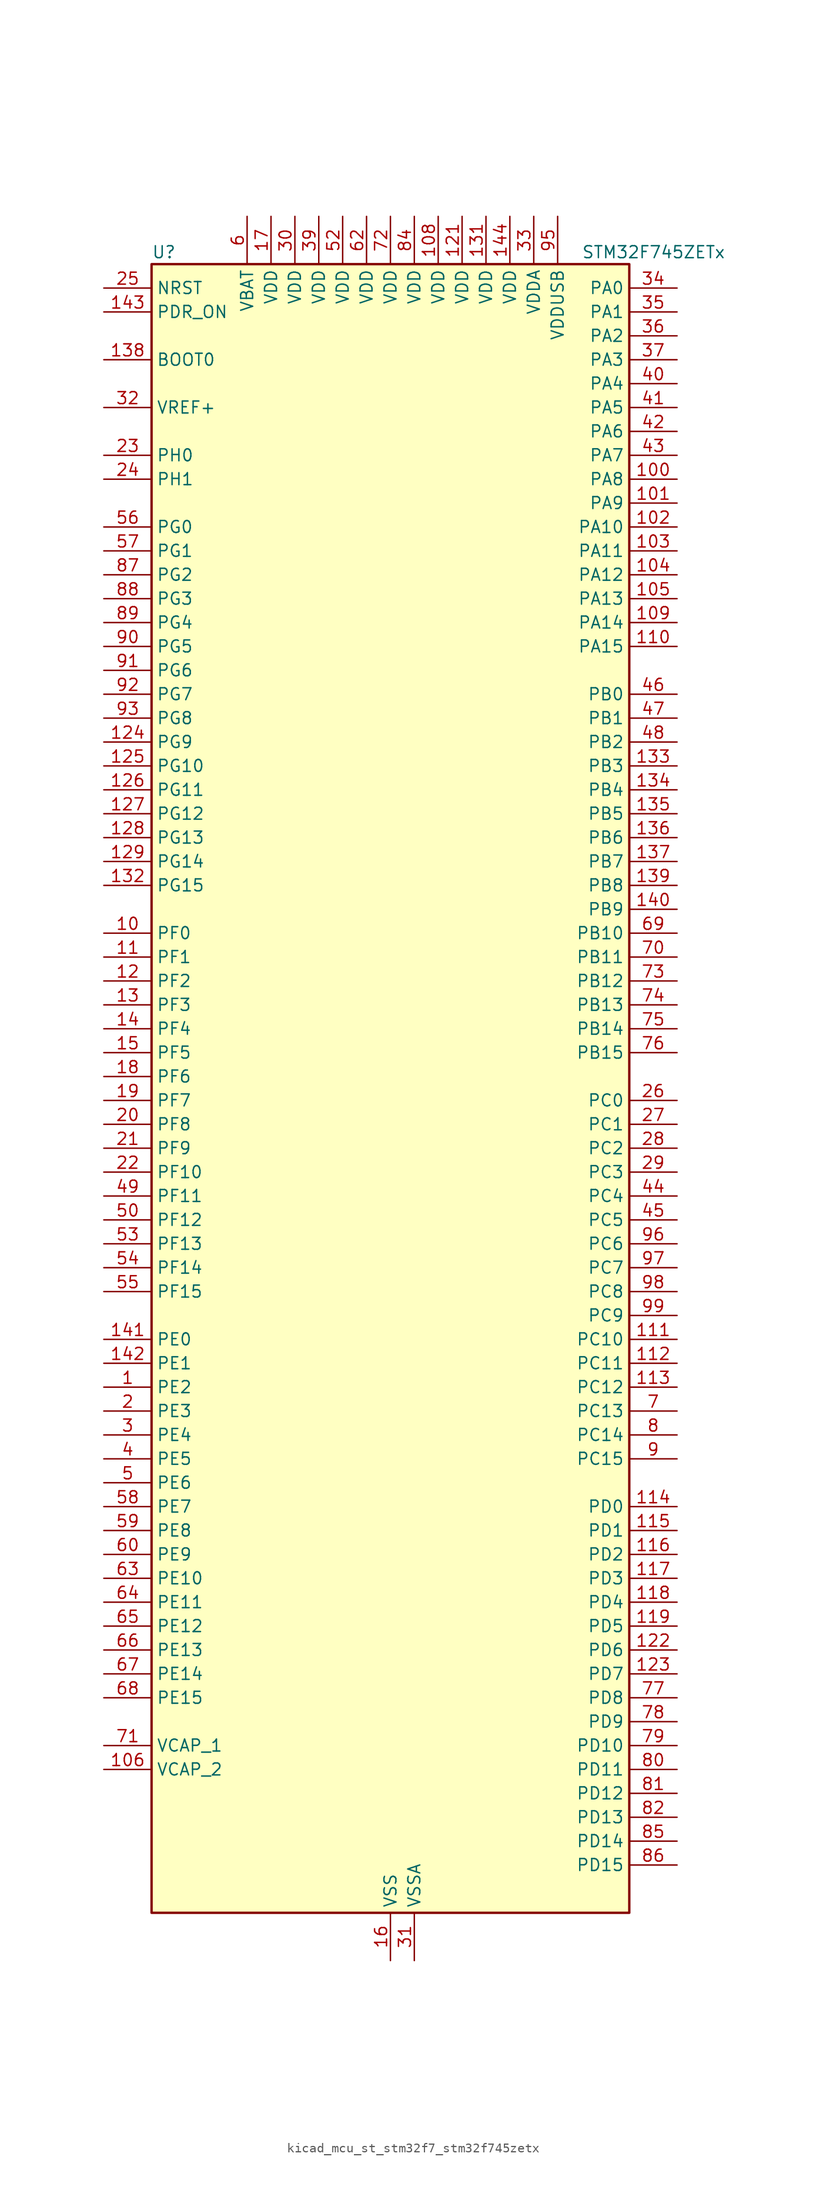
<source format=kicad_sym>
(kicad_symbol_lib
  (version 20220914)
  (generator kicad_symbol_editor)
  (symbol "kicad_mcu_st_stm32f7_stm32f745zetx"
    (property "Reference" "U"
      (at -25.4 90.17 0)
      (effects (font (size 1.27 1.27)) (justify left)))
    (property "Value" "STM32F745ZETx"
      (at 20.32 90.17 0)
      (effects (font (size 1.27 1.27)) (justify left)))
    (property "ki_locked" ""
      (at 0 0 0)
      (effects (font (size 1.27 1.27))))
    (symbol "kicad_mcu_st_stm32f7_stm32f745zetx_0_1"
      (rectangle (start -25.4 -86.36) (end 25.4 88.9) (stroke (width 0.254) (type default)) (fill (type background))))
    (symbol "kicad_mcu_st_stm32f7_stm32f745zetx_1_1"
      (pin bidirectional line (at -30.48 -30.48 0) (length 5.08) (name "PE2" (effects (font (size 1.27 1.27)))) (number "1" (effects (font (size 1.27 1.27)))) (alternate "ETH_TXD3" bidirectional line) (alternate "FMC_A23" bidirectional line) (alternate "QUADSPI_BK1_IO2" bidirectional line) (alternate "SAI1_MCLK_A" bidirectional line) (alternate "SPI4_SCK" bidirectional line) (alternate "SYS_TRACECLK" bidirectional line))
      (pin bidirectional line (at -30.48 17.78 0) (length 5.08) (name "PF0" (effects (font (size 1.27 1.27)))) (number "10" (effects (font (size 1.27 1.27)))) (alternate "FMC_A0" bidirectional line) (alternate "I2C2_SDA" bidirectional line))
      (pin bidirectional line (at 30.48 66.04 180) (length 5.08) (name "PA8" (effects (font (size 1.27 1.27)))) (number "100" (effects (font (size 1.27 1.27)))) (alternate "I2C3_SCL" bidirectional line) (alternate "RCC_MCO_1" bidirectional line) (alternate "TIM1_CH1" bidirectional line) (alternate "TIM8_BKIN2" bidirectional line) (alternate "USART1_CK" bidirectional line) (alternate "USB_OTG_FS_SOF" bidirectional line))
      (pin bidirectional line (at 30.48 63.5 180) (length 5.08) (name "PA9" (effects (font (size 1.27 1.27)))) (number "101" (effects (font (size 1.27 1.27)))) (alternate "DAC_EXTI9" bidirectional line) (alternate "DCMI_D0" bidirectional line) (alternate "I2C3_SMBA" bidirectional line) (alternate "I2S2_CK" bidirectional line) (alternate "SPI2_SCK" bidirectional line) (alternate "TIM1_CH2" bidirectional line) (alternate "USART1_TX" bidirectional line) (alternate "USB_OTG_FS_VBUS" bidirectional line))
      (pin bidirectional line (at 30.48 60.96 180) (length 5.08) (name "PA10" (effects (font (size 1.27 1.27)))) (number "102" (effects (font (size 1.27 1.27)))) (alternate "DCMI_D1" bidirectional line) (alternate "TIM1_CH3" bidirectional line) (alternate "USART1_RX" bidirectional line) (alternate "USB_OTG_FS_ID" bidirectional line))
      (pin bidirectional line (at 30.48 58.42 180) (length 5.08) (name "PA11" (effects (font (size 1.27 1.27)))) (number "103" (effects (font (size 1.27 1.27)))) (alternate "ADC1_EXTI11" bidirectional line) (alternate "ADC2_EXTI11" bidirectional line) (alternate "ADC3_EXTI11" bidirectional line) (alternate "CAN1_RX" bidirectional line) (alternate "TIM1_CH4" bidirectional line) (alternate "USART1_CTS" bidirectional line) (alternate "USB_OTG_FS_DM" bidirectional line))
      (pin bidirectional line (at 30.48 55.88 180) (length 5.08) (name "PA12" (effects (font (size 1.27 1.27)))) (number "104" (effects (font (size 1.27 1.27)))) (alternate "CAN1_TX" bidirectional line) (alternate "SAI2_FS_B" bidirectional line) (alternate "TIM1_ETR" bidirectional line) (alternate "USART1_DE" bidirectional line) (alternate "USART1_RTS" bidirectional line) (alternate "USB_OTG_FS_DP" bidirectional line))
      (pin bidirectional line (at 30.48 53.34 180) (length 5.08) (name "PA13" (effects (font (size 1.27 1.27)))) (number "105" (effects (font (size 1.27 1.27)))) (alternate "SYS_JTMS-SWDIO" bidirectional line))
      (pin power_out line (at -30.48 -71.12 0) (length 5.08) (name "VCAP_2" (effects (font (size 1.27 1.27)))) (number "106" (effects (font (size 1.27 1.27)))))
      (pin passive line (at 0 -91.44 90) (length 5.08) hide (name "VSS" (effects (font (size 1.27 1.27)))) (number "107" (effects (font (size 1.27 1.27)))))
      (pin power_in line (at 5.08 93.98 270) (length 5.08) (name "VDD" (effects (font (size 1.27 1.27)))) (number "108" (effects (font (size 1.27 1.27)))))
      (pin bidirectional line (at 30.48 50.8 180) (length 5.08) (name "PA14" (effects (font (size 1.27 1.27)))) (number "109" (effects (font (size 1.27 1.27)))) (alternate "SYS_JTCK-SWCLK" bidirectional line))
      (pin bidirectional line (at -30.48 15.24 0) (length 5.08) (name "PF1" (effects (font (size 1.27 1.27)))) (number "11" (effects (font (size 1.27 1.27)))) (alternate "FMC_A1" bidirectional line) (alternate "I2C2_SCL" bidirectional line))
      (pin bidirectional line (at 30.48 48.26 180) (length 5.08) (name "PA15" (effects (font (size 1.27 1.27)))) (number "110" (effects (font (size 1.27 1.27)))) (alternate "CEC" bidirectional line) (alternate "I2S1_WS" bidirectional line) (alternate "I2S3_WS" bidirectional line) (alternate "SPI1_NSS" bidirectional line) (alternate "SPI3_NSS" bidirectional line) (alternate "SYS_JTDI" bidirectional line) (alternate "TIM2_CH1" bidirectional line) (alternate "TIM2_ETR" bidirectional line) (alternate "UART4_DE" bidirectional line) (alternate "UART4_RTS" bidirectional line))
      (pin bidirectional line (at 30.48 -25.4 180) (length 5.08) (name "PC10" (effects (font (size 1.27 1.27)))) (number "111" (effects (font (size 1.27 1.27)))) (alternate "DCMI_D8" bidirectional line) (alternate "I2S3_CK" bidirectional line) (alternate "QUADSPI_BK1_IO1" bidirectional line) (alternate "SDMMC1_D2" bidirectional line) (alternate "SPI3_SCK" bidirectional line) (alternate "UART4_TX" bidirectional line) (alternate "USART3_TX" bidirectional line))
      (pin bidirectional line (at 30.48 -27.94 180) (length 5.08) (name "PC11" (effects (font (size 1.27 1.27)))) (number "112" (effects (font (size 1.27 1.27)))) (alternate "ADC1_EXTI11" bidirectional line) (alternate "ADC2_EXTI11" bidirectional line) (alternate "ADC3_EXTI11" bidirectional line) (alternate "DCMI_D4" bidirectional line) (alternate "QUADSPI_BK2_NCS" bidirectional line) (alternate "SDMMC1_D3" bidirectional line) (alternate "SPI3_MISO" bidirectional line) (alternate "UART4_RX" bidirectional line) (alternate "USART3_RX" bidirectional line))
      (pin bidirectional line (at 30.48 -30.48 180) (length 5.08) (name "PC12" (effects (font (size 1.27 1.27)))) (number "113" (effects (font (size 1.27 1.27)))) (alternate "DCMI_D9" bidirectional line) (alternate "I2S3_SD" bidirectional line) (alternate "SDMMC1_CK" bidirectional line) (alternate "SPI3_MOSI" bidirectional line) (alternate "SYS_TRACED3" bidirectional line) (alternate "UART5_TX" bidirectional line) (alternate "USART3_CK" bidirectional line))
      (pin bidirectional line (at 30.48 -43.18 180) (length 5.08) (name "PD0" (effects (font (size 1.27 1.27)))) (number "114" (effects (font (size 1.27 1.27)))) (alternate "CAN1_RX" bidirectional line) (alternate "FMC_D2" bidirectional line) (alternate "FMC_DA2" bidirectional line))
      (pin bidirectional line (at 30.48 -45.72 180) (length 5.08) (name "PD1" (effects (font (size 1.27 1.27)))) (number "115" (effects (font (size 1.27 1.27)))) (alternate "CAN1_TX" bidirectional line) (alternate "FMC_D3" bidirectional line) (alternate "FMC_DA3" bidirectional line))
      (pin bidirectional line (at 30.48 -48.26 180) (length 5.08) (name "PD2" (effects (font (size 1.27 1.27)))) (number "116" (effects (font (size 1.27 1.27)))) (alternate "DCMI_D11" bidirectional line) (alternate "SDMMC1_CMD" bidirectional line) (alternate "SYS_TRACED2" bidirectional line) (alternate "TIM3_ETR" bidirectional line) (alternate "UART5_RX" bidirectional line))
      (pin bidirectional line (at 30.48 -50.8 180) (length 5.08) (name "PD3" (effects (font (size 1.27 1.27)))) (number "117" (effects (font (size 1.27 1.27)))) (alternate "DCMI_D5" bidirectional line) (alternate "FMC_CLK" bidirectional line) (alternate "I2S2_CK" bidirectional line) (alternate "SPI2_SCK" bidirectional line) (alternate "USART2_CTS" bidirectional line))
      (pin bidirectional line (at 30.48 -53.34 180) (length 5.08) (name "PD4" (effects (font (size 1.27 1.27)))) (number "118" (effects (font (size 1.27 1.27)))) (alternate "FMC_NOE" bidirectional line) (alternate "USART2_DE" bidirectional line) (alternate "USART2_RTS" bidirectional line))
      (pin bidirectional line (at 30.48 -55.88 180) (length 5.08) (name "PD5" (effects (font (size 1.27 1.27)))) (number "119" (effects (font (size 1.27 1.27)))) (alternate "FMC_NWE" bidirectional line) (alternate "USART2_TX" bidirectional line))
      (pin bidirectional line (at -30.48 12.7 0) (length 5.08) (name "PF2" (effects (font (size 1.27 1.27)))) (number "12" (effects (font (size 1.27 1.27)))) (alternate "FMC_A2" bidirectional line) (alternate "I2C2_SMBA" bidirectional line))
      (pin passive line (at 0 -91.44 90) (length 5.08) hide (name "VSS" (effects (font (size 1.27 1.27)))) (number "120" (effects (font (size 1.27 1.27)))))
      (pin power_in line (at 7.62 93.98 270) (length 5.08) (name "VDD" (effects (font (size 1.27 1.27)))) (number "121" (effects (font (size 1.27 1.27)))))
      (pin bidirectional line (at 30.48 -58.42 180) (length 5.08) (name "PD6" (effects (font (size 1.27 1.27)))) (number "122" (effects (font (size 1.27 1.27)))) (alternate "DCMI_D10" bidirectional line) (alternate "FMC_NWAIT" bidirectional line) (alternate "I2S3_SD" bidirectional line) (alternate "SAI1_SD_A" bidirectional line) (alternate "SPI3_MOSI" bidirectional line) (alternate "USART2_RX" bidirectional line))
      (pin bidirectional line (at 30.48 -60.96 180) (length 5.08) (name "PD7" (effects (font (size 1.27 1.27)))) (number "123" (effects (font (size 1.27 1.27)))) (alternate "FMC_NE1" bidirectional line) (alternate "SPDIFRX_IN0" bidirectional line) (alternate "USART2_CK" bidirectional line))
      (pin bidirectional line (at -30.48 38.1 0) (length 5.08) (name "PG9" (effects (font (size 1.27 1.27)))) (number "124" (effects (font (size 1.27 1.27)))) (alternate "DAC_EXTI9" bidirectional line) (alternate "DCMI_VSYNC" bidirectional line) (alternate "FMC_NCE" bidirectional line) (alternate "FMC_NE2" bidirectional line) (alternate "QUADSPI_BK2_IO2" bidirectional line) (alternate "SAI2_FS_B" bidirectional line) (alternate "SPDIFRX_IN3" bidirectional line) (alternate "USART6_RX" bidirectional line))
      (pin bidirectional line (at -30.48 35.56 0) (length 5.08) (name "PG10" (effects (font (size 1.27 1.27)))) (number "125" (effects (font (size 1.27 1.27)))) (alternate "DCMI_D2" bidirectional line) (alternate "FMC_NE3" bidirectional line) (alternate "SAI2_SD_B" bidirectional line))
      (pin bidirectional line (at -30.48 33.02 0) (length 5.08) (name "PG11" (effects (font (size 1.27 1.27)))) (number "126" (effects (font (size 1.27 1.27)))) (alternate "ADC1_EXTI11" bidirectional line) (alternate "ADC2_EXTI11" bidirectional line) (alternate "ADC3_EXTI11" bidirectional line) (alternate "DCMI_D3" bidirectional line) (alternate "ETH_TX_EN" bidirectional line) (alternate "SPDIFRX_IN0" bidirectional line))
      (pin bidirectional line (at -30.48 30.48 0) (length 5.08) (name "PG12" (effects (font (size 1.27 1.27)))) (number "127" (effects (font (size 1.27 1.27)))) (alternate "FMC_NE4" bidirectional line) (alternate "LPTIM1_IN1" bidirectional line) (alternate "SPDIFRX_IN1" bidirectional line) (alternate "SPI6_MISO" bidirectional line) (alternate "USART6_DE" bidirectional line) (alternate "USART6_RTS" bidirectional line))
      (pin bidirectional line (at -30.48 27.94 0) (length 5.08) (name "PG13" (effects (font (size 1.27 1.27)))) (number "128" (effects (font (size 1.27 1.27)))) (alternate "ETH_TXD0" bidirectional line) (alternate "FMC_A24" bidirectional line) (alternate "LPTIM1_OUT" bidirectional line) (alternate "SPI6_SCK" bidirectional line) (alternate "SYS_TRACED0" bidirectional line) (alternate "USART6_CTS" bidirectional line))
      (pin bidirectional line (at -30.48 25.4 0) (length 5.08) (name "PG14" (effects (font (size 1.27 1.27)))) (number "129" (effects (font (size 1.27 1.27)))) (alternate "ETH_TXD1" bidirectional line) (alternate "FMC_A25" bidirectional line) (alternate "LPTIM1_ETR" bidirectional line) (alternate "QUADSPI_BK2_IO3" bidirectional line) (alternate "SPI6_MOSI" bidirectional line) (alternate "SYS_TRACED1" bidirectional line) (alternate "USART6_TX" bidirectional line))
      (pin bidirectional line (at -30.48 10.16 0) (length 5.08) (name "PF3" (effects (font (size 1.27 1.27)))) (number "13" (effects (font (size 1.27 1.27)))) (alternate "ADC3_IN9" bidirectional line) (alternate "FMC_A3" bidirectional line))
      (pin passive line (at 0 -91.44 90) (length 5.08) hide (name "VSS" (effects (font (size 1.27 1.27)))) (number "130" (effects (font (size 1.27 1.27)))))
      (pin power_in line (at 10.16 93.98 270) (length 5.08) (name "VDD" (effects (font (size 1.27 1.27)))) (number "131" (effects (font (size 1.27 1.27)))))
      (pin bidirectional line (at -30.48 22.86 0) (length 5.08) (name "PG15" (effects (font (size 1.27 1.27)))) (number "132" (effects (font (size 1.27 1.27)))) (alternate "DCMI_D13" bidirectional line) (alternate "FMC_SDNCAS" bidirectional line) (alternate "USART6_CTS" bidirectional line))
      (pin bidirectional line (at 30.48 35.56 180) (length 5.08) (name "PB3" (effects (font (size 1.27 1.27)))) (number "133" (effects (font (size 1.27 1.27)))) (alternate "I2S1_CK" bidirectional line) (alternate "I2S3_CK" bidirectional line) (alternate "SPI1_SCK" bidirectional line) (alternate "SPI3_SCK" bidirectional line) (alternate "SYS_JTDO-SWO" bidirectional line) (alternate "TIM2_CH2" bidirectional line))
      (pin bidirectional line (at 30.48 33.02 180) (length 5.08) (name "PB4" (effects (font (size 1.27 1.27)))) (number "134" (effects (font (size 1.27 1.27)))) (alternate "I2S2_WS" bidirectional line) (alternate "SPI1_MISO" bidirectional line) (alternate "SPI2_NSS" bidirectional line) (alternate "SPI3_MISO" bidirectional line) (alternate "SYS_JTRST" bidirectional line) (alternate "TIM3_CH1" bidirectional line))
      (pin bidirectional line (at 30.48 30.48 180) (length 5.08) (name "PB5" (effects (font (size 1.27 1.27)))) (number "135" (effects (font (size 1.27 1.27)))) (alternate "CAN2_RX" bidirectional line) (alternate "DCMI_D10" bidirectional line) (alternate "ETH_PPS_OUT" bidirectional line) (alternate "FMC_SDCKE1" bidirectional line) (alternate "I2C1_SMBA" bidirectional line) (alternate "I2S1_SD" bidirectional line) (alternate "I2S3_SD" bidirectional line) (alternate "SPI1_MOSI" bidirectional line) (alternate "SPI3_MOSI" bidirectional line) (alternate "TIM3_CH2" bidirectional line) (alternate "USB_OTG_HS_ULPI_D7" bidirectional line))
      (pin bidirectional line (at 30.48 27.94 180) (length 5.08) (name "PB6" (effects (font (size 1.27 1.27)))) (number "136" (effects (font (size 1.27 1.27)))) (alternate "CAN2_TX" bidirectional line) (alternate "CEC" bidirectional line) (alternate "DCMI_D5" bidirectional line) (alternate "FMC_SDNE1" bidirectional line) (alternate "I2C1_SCL" bidirectional line) (alternate "QUADSPI_BK1_NCS" bidirectional line) (alternate "TIM4_CH1" bidirectional line) (alternate "USART1_TX" bidirectional line))
      (pin bidirectional line (at 30.48 25.4 180) (length 5.08) (name "PB7" (effects (font (size 1.27 1.27)))) (number "137" (effects (font (size 1.27 1.27)))) (alternate "DCMI_VSYNC" bidirectional line) (alternate "FMC_NL" bidirectional line) (alternate "I2C1_SDA" bidirectional line) (alternate "TIM4_CH2" bidirectional line) (alternate "USART1_RX" bidirectional line))
      (pin input line (at -30.48 78.74 0) (length 5.08) (name "BOOT0" (effects (font (size 1.27 1.27)))) (number "138" (effects (font (size 1.27 1.27)))))
      (pin bidirectional line (at 30.48 22.86 180) (length 5.08) (name "PB8" (effects (font (size 1.27 1.27)))) (number "139" (effects (font (size 1.27 1.27)))) (alternate "CAN1_RX" bidirectional line) (alternate "DCMI_D6" bidirectional line) (alternate "ETH_TXD3" bidirectional line) (alternate "I2C1_SCL" bidirectional line) (alternate "SDMMC1_D4" bidirectional line) (alternate "TIM10_CH1" bidirectional line) (alternate "TIM4_CH3" bidirectional line))
      (pin bidirectional line (at -30.48 7.62 0) (length 5.08) (name "PF4" (effects (font (size 1.27 1.27)))) (number "14" (effects (font (size 1.27 1.27)))) (alternate "ADC3_IN14" bidirectional line) (alternate "FMC_A4" bidirectional line))
      (pin bidirectional line (at 30.48 20.32 180) (length 5.08) (name "PB9" (effects (font (size 1.27 1.27)))) (number "140" (effects (font (size 1.27 1.27)))) (alternate "CAN1_TX" bidirectional line) (alternate "DAC_EXTI9" bidirectional line) (alternate "DCMI_D7" bidirectional line) (alternate "I2C1_SDA" bidirectional line) (alternate "I2S2_WS" bidirectional line) (alternate "SDMMC1_D5" bidirectional line) (alternate "SPI2_NSS" bidirectional line) (alternate "TIM11_CH1" bidirectional line) (alternate "TIM4_CH4" bidirectional line))
      (pin bidirectional line (at -30.48 -25.4 0) (length 5.08) (name "PE0" (effects (font (size 1.27 1.27)))) (number "141" (effects (font (size 1.27 1.27)))) (alternate "DCMI_D2" bidirectional line) (alternate "FMC_NBL0" bidirectional line) (alternate "LPTIM1_ETR" bidirectional line) (alternate "SAI2_MCLK_A" bidirectional line) (alternate "TIM4_ETR" bidirectional line) (alternate "UART8_RX" bidirectional line))
      (pin bidirectional line (at -30.48 -27.94 0) (length 5.08) (name "PE1" (effects (font (size 1.27 1.27)))) (number "142" (effects (font (size 1.27 1.27)))) (alternate "DCMI_D3" bidirectional line) (alternate "FMC_NBL1" bidirectional line) (alternate "LPTIM1_IN2" bidirectional line) (alternate "UART8_TX" bidirectional line))
      (pin input line (at -30.48 83.82 0) (length 5.08) (name "PDR_ON" (effects (font (size 1.27 1.27)))) (number "143" (effects (font (size 1.27 1.27)))))
      (pin power_in line (at 12.7 93.98 270) (length 5.08) (name "VDD" (effects (font (size 1.27 1.27)))) (number "144" (effects (font (size 1.27 1.27)))))
      (pin bidirectional line (at -30.48 5.08 0) (length 5.08) (name "PF5" (effects (font (size 1.27 1.27)))) (number "15" (effects (font (size 1.27 1.27)))) (alternate "ADC3_IN15" bidirectional line) (alternate "FMC_A5" bidirectional line))
      (pin power_in line (at 0 -91.44 90) (length 5.08) (name "VSS" (effects (font (size 1.27 1.27)))) (number "16" (effects (font (size 1.27 1.27)))))
      (pin power_in line (at -12.7 93.98 270) (length 5.08) (name "VDD" (effects (font (size 1.27 1.27)))) (number "17" (effects (font (size 1.27 1.27)))))
      (pin bidirectional line (at -30.48 2.54 0) (length 5.08) (name "PF6" (effects (font (size 1.27 1.27)))) (number "18" (effects (font (size 1.27 1.27)))) (alternate "ADC3_IN4" bidirectional line) (alternate "QUADSPI_BK1_IO3" bidirectional line) (alternate "SAI1_SD_B" bidirectional line) (alternate "SPI5_NSS" bidirectional line) (alternate "TIM10_CH1" bidirectional line) (alternate "UART7_RX" bidirectional line))
      (pin bidirectional line (at -30.48 0 0) (length 5.08) (name "PF7" (effects (font (size 1.27 1.27)))) (number "19" (effects (font (size 1.27 1.27)))) (alternate "ADC3_IN5" bidirectional line) (alternate "QUADSPI_BK1_IO2" bidirectional line) (alternate "SAI1_MCLK_B" bidirectional line) (alternate "SPI5_SCK" bidirectional line) (alternate "TIM11_CH1" bidirectional line) (alternate "UART7_TX" bidirectional line))
      (pin bidirectional line (at -30.48 -33.02 0) (length 5.08) (name "PE3" (effects (font (size 1.27 1.27)))) (number "2" (effects (font (size 1.27 1.27)))) (alternate "FMC_A19" bidirectional line) (alternate "SAI1_SD_B" bidirectional line) (alternate "SYS_TRACED0" bidirectional line))
      (pin bidirectional line (at -30.48 -2.54 0) (length 5.08) (name "PF8" (effects (font (size 1.27 1.27)))) (number "20" (effects (font (size 1.27 1.27)))) (alternate "ADC3_IN6" bidirectional line) (alternate "QUADSPI_BK1_IO0" bidirectional line) (alternate "SAI1_SCK_B" bidirectional line) (alternate "SPI5_MISO" bidirectional line) (alternate "TIM13_CH1" bidirectional line) (alternate "UART7_DE" bidirectional line) (alternate "UART7_RTS" bidirectional line))
      (pin bidirectional line (at -30.48 -5.08 0) (length 5.08) (name "PF9" (effects (font (size 1.27 1.27)))) (number "21" (effects (font (size 1.27 1.27)))) (alternate "ADC3_IN7" bidirectional line) (alternate "DAC_EXTI9" bidirectional line) (alternate "QUADSPI_BK1_IO1" bidirectional line) (alternate "SAI1_FS_B" bidirectional line) (alternate "SPI5_MOSI" bidirectional line) (alternate "TIM14_CH1" bidirectional line) (alternate "UART7_CTS" bidirectional line))
      (pin bidirectional line (at -30.48 -7.62 0) (length 5.08) (name "PF10" (effects (font (size 1.27 1.27)))) (number "22" (effects (font (size 1.27 1.27)))) (alternate "ADC3_IN8" bidirectional line) (alternate "DCMI_D11" bidirectional line))
      (pin bidirectional line (at -30.48 68.58 0) (length 5.08) (name "PH0" (effects (font (size 1.27 1.27)))) (number "23" (effects (font (size 1.27 1.27)))) (alternate "RCC_OSC_IN" bidirectional line))
      (pin bidirectional line (at -30.48 66.04 0) (length 5.08) (name "PH1" (effects (font (size 1.27 1.27)))) (number "24" (effects (font (size 1.27 1.27)))) (alternate "RCC_OSC_OUT" bidirectional line))
      (pin input line (at -30.48 86.36 0) (length 5.08) (name "NRST" (effects (font (size 1.27 1.27)))) (number "25" (effects (font (size 1.27 1.27)))))
      (pin bidirectional line (at 30.48 0 180) (length 5.08) (name "PC0" (effects (font (size 1.27 1.27)))) (number "26" (effects (font (size 1.27 1.27)))) (alternate "ADC1_IN10" bidirectional line) (alternate "ADC2_IN10" bidirectional line) (alternate "ADC3_IN10" bidirectional line) (alternate "FMC_SDNWE" bidirectional line) (alternate "SAI2_FS_B" bidirectional line) (alternate "USB_OTG_HS_ULPI_STP" bidirectional line))
      (pin bidirectional line (at 30.48 -2.54 180) (length 5.08) (name "PC1" (effects (font (size 1.27 1.27)))) (number "27" (effects (font (size 1.27 1.27)))) (alternate "ADC1_IN11" bidirectional line) (alternate "ADC2_IN11" bidirectional line) (alternate "ADC3_IN11" bidirectional line) (alternate "ETH_MDC" bidirectional line) (alternate "I2S2_SD" bidirectional line) (alternate "RTC_TAMP3" bidirectional line) (alternate "RTC_TS" bidirectional line) (alternate "SAI1_SD_A" bidirectional line) (alternate "SPI2_MOSI" bidirectional line) (alternate "SYS_TRACED0" bidirectional line) (alternate "SYS_WKUP3" bidirectional line))
      (pin bidirectional line (at 30.48 -5.08 180) (length 5.08) (name "PC2" (effects (font (size 1.27 1.27)))) (number "28" (effects (font (size 1.27 1.27)))) (alternate "ADC1_IN12" bidirectional line) (alternate "ADC2_IN12" bidirectional line) (alternate "ADC3_IN12" bidirectional line) (alternate "ETH_TXD2" bidirectional line) (alternate "FMC_SDNE0" bidirectional line) (alternate "SPI2_MISO" bidirectional line) (alternate "USB_OTG_HS_ULPI_DIR" bidirectional line))
      (pin bidirectional line (at 30.48 -7.62 180) (length 5.08) (name "PC3" (effects (font (size 1.27 1.27)))) (number "29" (effects (font (size 1.27 1.27)))) (alternate "ADC1_IN13" bidirectional line) (alternate "ADC2_IN13" bidirectional line) (alternate "ADC3_IN13" bidirectional line) (alternate "ETH_TX_CLK" bidirectional line) (alternate "FMC_SDCKE0" bidirectional line) (alternate "I2S2_SD" bidirectional line) (alternate "SPI2_MOSI" bidirectional line) (alternate "USB_OTG_HS_ULPI_NXT" bidirectional line))
      (pin bidirectional line (at -30.48 -35.56 0) (length 5.08) (name "PE4" (effects (font (size 1.27 1.27)))) (number "3" (effects (font (size 1.27 1.27)))) (alternate "DCMI_D4" bidirectional line) (alternate "FMC_A20" bidirectional line) (alternate "SAI1_FS_A" bidirectional line) (alternate "SPI4_NSS" bidirectional line) (alternate "SYS_TRACED1" bidirectional line))
      (pin power_in line (at -10.16 93.98 270) (length 5.08) (name "VDD" (effects (font (size 1.27 1.27)))) (number "30" (effects (font (size 1.27 1.27)))))
      (pin power_in line (at 2.54 -91.44 90) (length 5.08) (name "VSSA" (effects (font (size 1.27 1.27)))) (number "31" (effects (font (size 1.27 1.27)))))
      (pin input line (at -30.48 73.66 0) (length 5.08) (name "VREF+" (effects (font (size 1.27 1.27)))) (number "32" (effects (font (size 1.27 1.27)))))
      (pin power_in line (at 15.24 93.98 270) (length 5.08) (name "VDDA" (effects (font (size 1.27 1.27)))) (number "33" (effects (font (size 1.27 1.27)))))
      (pin bidirectional line (at 30.48 86.36 180) (length 5.08) (name "PA0" (effects (font (size 1.27 1.27)))) (number "34" (effects (font (size 1.27 1.27)))) (alternate "ADC1_IN0" bidirectional line) (alternate "ADC2_IN0" bidirectional line) (alternate "ADC3_IN0" bidirectional line) (alternate "ETH_CRS" bidirectional line) (alternate "SAI2_SD_B" bidirectional line) (alternate "SYS_WKUP1" bidirectional line) (alternate "TIM2_CH1" bidirectional line) (alternate "TIM2_ETR" bidirectional line) (alternate "TIM5_CH1" bidirectional line) (alternate "TIM8_ETR" bidirectional line) (alternate "UART4_TX" bidirectional line) (alternate "USART2_CTS" bidirectional line))
      (pin bidirectional line (at 30.48 83.82 180) (length 5.08) (name "PA1" (effects (font (size 1.27 1.27)))) (number "35" (effects (font (size 1.27 1.27)))) (alternate "ADC1_IN1" bidirectional line) (alternate "ADC2_IN1" bidirectional line) (alternate "ADC3_IN1" bidirectional line) (alternate "ETH_REF_CLK" bidirectional line) (alternate "ETH_RX_CLK" bidirectional line) (alternate "QUADSPI_BK1_IO3" bidirectional line) (alternate "SAI2_MCLK_B" bidirectional line) (alternate "TIM2_CH2" bidirectional line) (alternate "TIM5_CH2" bidirectional line) (alternate "UART4_RX" bidirectional line) (alternate "USART2_DE" bidirectional line) (alternate "USART2_RTS" bidirectional line))
      (pin bidirectional line (at 30.48 81.28 180) (length 5.08) (name "PA2" (effects (font (size 1.27 1.27)))) (number "36" (effects (font (size 1.27 1.27)))) (alternate "ADC1_IN2" bidirectional line) (alternate "ADC2_IN2" bidirectional line) (alternate "ADC3_IN2" bidirectional line) (alternate "ETH_MDIO" bidirectional line) (alternate "SAI2_SCK_B" bidirectional line) (alternate "SYS_WKUP2" bidirectional line) (alternate "TIM2_CH3" bidirectional line) (alternate "TIM5_CH3" bidirectional line) (alternate "TIM9_CH1" bidirectional line) (alternate "USART2_TX" bidirectional line))
      (pin bidirectional line (at 30.48 78.74 180) (length 5.08) (name "PA3" (effects (font (size 1.27 1.27)))) (number "37" (effects (font (size 1.27 1.27)))) (alternate "ADC1_IN3" bidirectional line) (alternate "ADC2_IN3" bidirectional line) (alternate "ADC3_IN3" bidirectional line) (alternate "ETH_COL" bidirectional line) (alternate "TIM2_CH4" bidirectional line) (alternate "TIM5_CH4" bidirectional line) (alternate "TIM9_CH2" bidirectional line) (alternate "USART2_RX" bidirectional line) (alternate "USB_OTG_HS_ULPI_D0" bidirectional line))
      (pin passive line (at 0 -91.44 90) (length 5.08) hide (name "VSS" (effects (font (size 1.27 1.27)))) (number "38" (effects (font (size 1.27 1.27)))))
      (pin power_in line (at -7.62 93.98 270) (length 5.08) (name "VDD" (effects (font (size 1.27 1.27)))) (number "39" (effects (font (size 1.27 1.27)))))
      (pin bidirectional line (at -30.48 -38.1 0) (length 5.08) (name "PE5" (effects (font (size 1.27 1.27)))) (number "4" (effects (font (size 1.27 1.27)))) (alternate "DCMI_D6" bidirectional line) (alternate "FMC_A21" bidirectional line) (alternate "SAI1_SCK_A" bidirectional line) (alternate "SPI4_MISO" bidirectional line) (alternate "SYS_TRACED2" bidirectional line) (alternate "TIM9_CH1" bidirectional line))
      (pin bidirectional line (at 30.48 76.2 180) (length 5.08) (name "PA4" (effects (font (size 1.27 1.27)))) (number "40" (effects (font (size 1.27 1.27)))) (alternate "ADC1_IN4" bidirectional line) (alternate "ADC2_IN4" bidirectional line) (alternate "DAC_OUT1" bidirectional line) (alternate "DCMI_HSYNC" bidirectional line) (alternate "I2S1_WS" bidirectional line) (alternate "I2S3_WS" bidirectional line) (alternate "SPI1_NSS" bidirectional line) (alternate "SPI3_NSS" bidirectional line) (alternate "USART2_CK" bidirectional line) (alternate "USB_OTG_HS_SOF" bidirectional line))
      (pin bidirectional line (at 30.48 73.66 180) (length 5.08) (name "PA5" (effects (font (size 1.27 1.27)))) (number "41" (effects (font (size 1.27 1.27)))) (alternate "ADC1_IN5" bidirectional line) (alternate "ADC2_IN5" bidirectional line) (alternate "DAC_OUT2" bidirectional line) (alternate "I2S1_CK" bidirectional line) (alternate "SPI1_SCK" bidirectional line) (alternate "TIM2_CH1" bidirectional line) (alternate "TIM2_ETR" bidirectional line) (alternate "TIM8_CH1N" bidirectional line) (alternate "USB_OTG_HS_ULPI_CK" bidirectional line))
      (pin bidirectional line (at 30.48 71.12 180) (length 5.08) (name "PA6" (effects (font (size 1.27 1.27)))) (number "42" (effects (font (size 1.27 1.27)))) (alternate "ADC1_IN6" bidirectional line) (alternate "ADC2_IN6" bidirectional line) (alternate "DCMI_PIXCLK" bidirectional line) (alternate "SPI1_MISO" bidirectional line) (alternate "TIM13_CH1" bidirectional line) (alternate "TIM1_BKIN" bidirectional line) (alternate "TIM3_CH1" bidirectional line) (alternate "TIM8_BKIN" bidirectional line))
      (pin bidirectional line (at 30.48 68.58 180) (length 5.08) (name "PA7" (effects (font (size 1.27 1.27)))) (number "43" (effects (font (size 1.27 1.27)))) (alternate "ADC1_IN7" bidirectional line) (alternate "ADC2_IN7" bidirectional line) (alternate "ETH_CRS_DV" bidirectional line) (alternate "ETH_RX_DV" bidirectional line) (alternate "FMC_SDNWE" bidirectional line) (alternate "I2S1_SD" bidirectional line) (alternate "SPI1_MOSI" bidirectional line) (alternate "TIM14_CH1" bidirectional line) (alternate "TIM1_CH1N" bidirectional line) (alternate "TIM3_CH2" bidirectional line) (alternate "TIM8_CH1N" bidirectional line))
      (pin bidirectional line (at 30.48 -10.16 180) (length 5.08) (name "PC4" (effects (font (size 1.27 1.27)))) (number "44" (effects (font (size 1.27 1.27)))) (alternate "ADC1_IN14" bidirectional line) (alternate "ADC2_IN14" bidirectional line) (alternate "ETH_RXD0" bidirectional line) (alternate "FMC_SDNE0" bidirectional line) (alternate "I2S1_MCK" bidirectional line) (alternate "SPDIFRX_IN2" bidirectional line))
      (pin bidirectional line (at 30.48 -12.7 180) (length 5.08) (name "PC5" (effects (font (size 1.27 1.27)))) (number "45" (effects (font (size 1.27 1.27)))) (alternate "ADC1_IN15" bidirectional line) (alternate "ADC2_IN15" bidirectional line) (alternate "ETH_RXD1" bidirectional line) (alternate "FMC_SDCKE0" bidirectional line) (alternate "SPDIFRX_IN3" bidirectional line))
      (pin bidirectional line (at 30.48 43.18 180) (length 5.08) (name "PB0" (effects (font (size 1.27 1.27)))) (number "46" (effects (font (size 1.27 1.27)))) (alternate "ADC1_IN8" bidirectional line) (alternate "ADC2_IN8" bidirectional line) (alternate "ETH_RXD2" bidirectional line) (alternate "TIM1_CH2N" bidirectional line) (alternate "TIM3_CH3" bidirectional line) (alternate "TIM8_CH2N" bidirectional line) (alternate "UART4_CTS" bidirectional line) (alternate "USB_OTG_HS_ULPI_D1" bidirectional line))
      (pin bidirectional line (at 30.48 40.64 180) (length 5.08) (name "PB1" (effects (font (size 1.27 1.27)))) (number "47" (effects (font (size 1.27 1.27)))) (alternate "ADC1_IN9" bidirectional line) (alternate "ADC2_IN9" bidirectional line) (alternate "ETH_RXD3" bidirectional line) (alternate "TIM1_CH3N" bidirectional line) (alternate "TIM3_CH4" bidirectional line) (alternate "TIM8_CH3N" bidirectional line) (alternate "USB_OTG_HS_ULPI_D2" bidirectional line))
      (pin bidirectional line (at 30.48 38.1 180) (length 5.08) (name "PB2" (effects (font (size 1.27 1.27)))) (number "48" (effects (font (size 1.27 1.27)))) (alternate "I2S3_SD" bidirectional line) (alternate "QUADSPI_CLK" bidirectional line) (alternate "SAI1_SD_A" bidirectional line) (alternate "SPI3_MOSI" bidirectional line))
      (pin bidirectional line (at -30.48 -10.16 0) (length 5.08) (name "PF11" (effects (font (size 1.27 1.27)))) (number "49" (effects (font (size 1.27 1.27)))) (alternate "ADC1_EXTI11" bidirectional line) (alternate "ADC2_EXTI11" bidirectional line) (alternate "ADC3_EXTI11" bidirectional line) (alternate "DCMI_D12" bidirectional line) (alternate "FMC_SDNRAS" bidirectional line) (alternate "SAI2_SD_B" bidirectional line) (alternate "SPI5_MOSI" bidirectional line))
      (pin bidirectional line (at -30.48 -40.64 0) (length 5.08) (name "PE6" (effects (font (size 1.27 1.27)))) (number "5" (effects (font (size 1.27 1.27)))) (alternate "DCMI_D7" bidirectional line) (alternate "FMC_A22" bidirectional line) (alternate "SAI1_SD_A" bidirectional line) (alternate "SAI2_MCLK_B" bidirectional line) (alternate "SPI4_MOSI" bidirectional line) (alternate "SYS_TRACED3" bidirectional line) (alternate "TIM1_BKIN2" bidirectional line) (alternate "TIM9_CH2" bidirectional line))
      (pin bidirectional line (at -30.48 -12.7 0) (length 5.08) (name "PF12" (effects (font (size 1.27 1.27)))) (number "50" (effects (font (size 1.27 1.27)))) (alternate "FMC_A6" bidirectional line))
      (pin passive line (at 0 -91.44 90) (length 5.08) hide (name "VSS" (effects (font (size 1.27 1.27)))) (number "51" (effects (font (size 1.27 1.27)))))
      (pin power_in line (at -5.08 93.98 270) (length 5.08) (name "VDD" (effects (font (size 1.27 1.27)))) (number "52" (effects (font (size 1.27 1.27)))))
      (pin bidirectional line (at -30.48 -15.24 0) (length 5.08) (name "PF13" (effects (font (size 1.27 1.27)))) (number "53" (effects (font (size 1.27 1.27)))) (alternate "FMC_A7" bidirectional line) (alternate "I2C4_SMBA" bidirectional line))
      (pin bidirectional line (at -30.48 -17.78 0) (length 5.08) (name "PF14" (effects (font (size 1.27 1.27)))) (number "54" (effects (font (size 1.27 1.27)))) (alternate "FMC_A8" bidirectional line) (alternate "I2C4_SCL" bidirectional line))
      (pin bidirectional line (at -30.48 -20.32 0) (length 5.08) (name "PF15" (effects (font (size 1.27 1.27)))) (number "55" (effects (font (size 1.27 1.27)))) (alternate "FMC_A9" bidirectional line) (alternate "I2C4_SDA" bidirectional line))
      (pin bidirectional line (at -30.48 60.96 0) (length 5.08) (name "PG0" (effects (font (size 1.27 1.27)))) (number "56" (effects (font (size 1.27 1.27)))) (alternate "FMC_A10" bidirectional line))
      (pin bidirectional line (at -30.48 58.42 0) (length 5.08) (name "PG1" (effects (font (size 1.27 1.27)))) (number "57" (effects (font (size 1.27 1.27)))) (alternate "FMC_A11" bidirectional line))
      (pin bidirectional line (at -30.48 -43.18 0) (length 5.08) (name "PE7" (effects (font (size 1.27 1.27)))) (number "58" (effects (font (size 1.27 1.27)))) (alternate "FMC_D4" bidirectional line) (alternate "FMC_DA4" bidirectional line) (alternate "QUADSPI_BK2_IO0" bidirectional line) (alternate "TIM1_ETR" bidirectional line) (alternate "UART7_RX" bidirectional line))
      (pin bidirectional line (at -30.48 -45.72 0) (length 5.08) (name "PE8" (effects (font (size 1.27 1.27)))) (number "59" (effects (font (size 1.27 1.27)))) (alternate "FMC_D5" bidirectional line) (alternate "FMC_DA5" bidirectional line) (alternate "QUADSPI_BK2_IO1" bidirectional line) (alternate "TIM1_CH1N" bidirectional line) (alternate "UART7_TX" bidirectional line))
      (pin power_in line (at -15.24 93.98 270) (length 5.08) (name "VBAT" (effects (font (size 1.27 1.27)))) (number "6" (effects (font (size 1.27 1.27)))))
      (pin bidirectional line (at -30.48 -48.26 0) (length 5.08) (name "PE9" (effects (font (size 1.27 1.27)))) (number "60" (effects (font (size 1.27 1.27)))) (alternate "DAC_EXTI9" bidirectional line) (alternate "FMC_D6" bidirectional line) (alternate "FMC_DA6" bidirectional line) (alternate "QUADSPI_BK2_IO2" bidirectional line) (alternate "TIM1_CH1" bidirectional line) (alternate "UART7_DE" bidirectional line) (alternate "UART7_RTS" bidirectional line))
      (pin passive line (at 0 -91.44 90) (length 5.08) hide (name "VSS" (effects (font (size 1.27 1.27)))) (number "61" (effects (font (size 1.27 1.27)))))
      (pin power_in line (at -2.54 93.98 270) (length 5.08) (name "VDD" (effects (font (size 1.27 1.27)))) (number "62" (effects (font (size 1.27 1.27)))))
      (pin bidirectional line (at -30.48 -50.8 0) (length 5.08) (name "PE10" (effects (font (size 1.27 1.27)))) (number "63" (effects (font (size 1.27 1.27)))) (alternate "FMC_D7" bidirectional line) (alternate "FMC_DA7" bidirectional line) (alternate "QUADSPI_BK2_IO3" bidirectional line) (alternate "TIM1_CH2N" bidirectional line) (alternate "UART7_CTS" bidirectional line))
      (pin bidirectional line (at -30.48 -53.34 0) (length 5.08) (name "PE11" (effects (font (size 1.27 1.27)))) (number "64" (effects (font (size 1.27 1.27)))) (alternate "ADC1_EXTI11" bidirectional line) (alternate "ADC2_EXTI11" bidirectional line) (alternate "ADC3_EXTI11" bidirectional line) (alternate "FMC_D8" bidirectional line) (alternate "FMC_DA8" bidirectional line) (alternate "SAI2_SD_B" bidirectional line) (alternate "SPI4_NSS" bidirectional line) (alternate "TIM1_CH2" bidirectional line))
      (pin bidirectional line (at -30.48 -55.88 0) (length 5.08) (name "PE12" (effects (font (size 1.27 1.27)))) (number "65" (effects (font (size 1.27 1.27)))) (alternate "FMC_D9" bidirectional line) (alternate "FMC_DA9" bidirectional line) (alternate "SAI2_SCK_B" bidirectional line) (alternate "SPI4_SCK" bidirectional line) (alternate "TIM1_CH3N" bidirectional line))
      (pin bidirectional line (at -30.48 -58.42 0) (length 5.08) (name "PE13" (effects (font (size 1.27 1.27)))) (number "66" (effects (font (size 1.27 1.27)))) (alternate "FMC_D10" bidirectional line) (alternate "FMC_DA10" bidirectional line) (alternate "SAI2_FS_B" bidirectional line) (alternate "SPI4_MISO" bidirectional line) (alternate "TIM1_CH3" bidirectional line))
      (pin bidirectional line (at -30.48 -60.96 0) (length 5.08) (name "PE14" (effects (font (size 1.27 1.27)))) (number "67" (effects (font (size 1.27 1.27)))) (alternate "FMC_D11" bidirectional line) (alternate "FMC_DA11" bidirectional line) (alternate "SAI2_MCLK_B" bidirectional line) (alternate "SPI4_MOSI" bidirectional line) (alternate "TIM1_CH4" bidirectional line))
      (pin bidirectional line (at -30.48 -63.5 0) (length 5.08) (name "PE15" (effects (font (size 1.27 1.27)))) (number "68" (effects (font (size 1.27 1.27)))) (alternate "FMC_D12" bidirectional line) (alternate "FMC_DA12" bidirectional line) (alternate "TIM1_BKIN" bidirectional line))
      (pin bidirectional line (at 30.48 17.78 180) (length 5.08) (name "PB10" (effects (font (size 1.27 1.27)))) (number "69" (effects (font (size 1.27 1.27)))) (alternate "ETH_RX_ER" bidirectional line) (alternate "I2C2_SCL" bidirectional line) (alternate "I2S2_CK" bidirectional line) (alternate "SPI2_SCK" bidirectional line) (alternate "TIM2_CH3" bidirectional line) (alternate "USART3_TX" bidirectional line) (alternate "USB_OTG_HS_ULPI_D3" bidirectional line))
      (pin bidirectional line (at 30.48 -33.02 180) (length 5.08) (name "PC13" (effects (font (size 1.27 1.27)))) (number "7" (effects (font (size 1.27 1.27)))) (alternate "RTC_OUT" bidirectional line) (alternate "RTC_TAMP1" bidirectional line) (alternate "RTC_TS" bidirectional line) (alternate "SYS_WKUP4" bidirectional line))
      (pin bidirectional line (at 30.48 15.24 180) (length 5.08) (name "PB11" (effects (font (size 1.27 1.27)))) (number "70" (effects (font (size 1.27 1.27)))) (alternate "ADC1_EXTI11" bidirectional line) (alternate "ADC2_EXTI11" bidirectional line) (alternate "ADC3_EXTI11" bidirectional line) (alternate "ETH_TX_EN" bidirectional line) (alternate "I2C2_SDA" bidirectional line) (alternate "TIM2_CH4" bidirectional line) (alternate "USART3_RX" bidirectional line) (alternate "USB_OTG_HS_ULPI_D4" bidirectional line))
      (pin power_out line (at -30.48 -68.58 0) (length 5.08) (name "VCAP_1" (effects (font (size 1.27 1.27)))) (number "71" (effects (font (size 1.27 1.27)))))
      (pin power_in line (at 0 93.98 270) (length 5.08) (name "VDD" (effects (font (size 1.27 1.27)))) (number "72" (effects (font (size 1.27 1.27)))))
      (pin bidirectional line (at 30.48 12.7 180) (length 5.08) (name "PB12" (effects (font (size 1.27 1.27)))) (number "73" (effects (font (size 1.27 1.27)))) (alternate "CAN2_RX" bidirectional line) (alternate "ETH_TXD0" bidirectional line) (alternate "I2C2_SMBA" bidirectional line) (alternate "I2S2_WS" bidirectional line) (alternate "SPI2_NSS" bidirectional line) (alternate "TIM1_BKIN" bidirectional line) (alternate "USART3_CK" bidirectional line) (alternate "USB_OTG_HS_ID" bidirectional line) (alternate "USB_OTG_HS_ULPI_D5" bidirectional line))
      (pin bidirectional line (at 30.48 10.16 180) (length 5.08) (name "PB13" (effects (font (size 1.27 1.27)))) (number "74" (effects (font (size 1.27 1.27)))) (alternate "CAN2_TX" bidirectional line) (alternate "ETH_TXD1" bidirectional line) (alternate "I2S2_CK" bidirectional line) (alternate "SPI2_SCK" bidirectional line) (alternate "TIM1_CH1N" bidirectional line) (alternate "USART3_CTS" bidirectional line) (alternate "USB_OTG_HS_ULPI_D6" bidirectional line) (alternate "USB_OTG_HS_VBUS" bidirectional line))
      (pin bidirectional line (at 30.48 7.62 180) (length 5.08) (name "PB14" (effects (font (size 1.27 1.27)))) (number "75" (effects (font (size 1.27 1.27)))) (alternate "SPI2_MISO" bidirectional line) (alternate "TIM12_CH1" bidirectional line) (alternate "TIM1_CH2N" bidirectional line) (alternate "TIM8_CH2N" bidirectional line) (alternate "USART3_DE" bidirectional line) (alternate "USART3_RTS" bidirectional line) (alternate "USB_OTG_HS_DM" bidirectional line))
      (pin bidirectional line (at 30.48 5.08 180) (length 5.08) (name "PB15" (effects (font (size 1.27 1.27)))) (number "76" (effects (font (size 1.27 1.27)))) (alternate "I2S2_SD" bidirectional line) (alternate "RTC_REFIN" bidirectional line) (alternate "SPI2_MOSI" bidirectional line) (alternate "TIM12_CH2" bidirectional line) (alternate "TIM1_CH3N" bidirectional line) (alternate "TIM8_CH3N" bidirectional line) (alternate "USB_OTG_HS_DP" bidirectional line))
      (pin bidirectional line (at 30.48 -63.5 180) (length 5.08) (name "PD8" (effects (font (size 1.27 1.27)))) (number "77" (effects (font (size 1.27 1.27)))) (alternate "FMC_D13" bidirectional line) (alternate "FMC_DA13" bidirectional line) (alternate "SPDIFRX_IN1" bidirectional line) (alternate "USART3_TX" bidirectional line))
      (pin bidirectional line (at 30.48 -66.04 180) (length 5.08) (name "PD9" (effects (font (size 1.27 1.27)))) (number "78" (effects (font (size 1.27 1.27)))) (alternate "DAC_EXTI9" bidirectional line) (alternate "FMC_D14" bidirectional line) (alternate "FMC_DA14" bidirectional line) (alternate "USART3_RX" bidirectional line))
      (pin bidirectional line (at 30.48 -68.58 180) (length 5.08) (name "PD10" (effects (font (size 1.27 1.27)))) (number "79" (effects (font (size 1.27 1.27)))) (alternate "FMC_D15" bidirectional line) (alternate "FMC_DA15" bidirectional line) (alternate "USART3_CK" bidirectional line))
      (pin bidirectional line (at 30.48 -35.56 180) (length 5.08) (name "PC14" (effects (font (size 1.27 1.27)))) (number "8" (effects (font (size 1.27 1.27)))) (alternate "RCC_OSC32_IN" bidirectional line))
      (pin bidirectional line (at 30.48 -71.12 180) (length 5.08) (name "PD11" (effects (font (size 1.27 1.27)))) (number "80" (effects (font (size 1.27 1.27)))) (alternate "ADC1_EXTI11" bidirectional line) (alternate "ADC2_EXTI11" bidirectional line) (alternate "ADC3_EXTI11" bidirectional line) (alternate "FMC_A16" bidirectional line) (alternate "FMC_CLE" bidirectional line) (alternate "I2C4_SMBA" bidirectional line) (alternate "QUADSPI_BK1_IO0" bidirectional line) (alternate "SAI2_SD_A" bidirectional line) (alternate "USART3_CTS" bidirectional line))
      (pin bidirectional line (at 30.48 -73.66 180) (length 5.08) (name "PD12" (effects (font (size 1.27 1.27)))) (number "81" (effects (font (size 1.27 1.27)))) (alternate "FMC_A17" bidirectional line) (alternate "FMC_ALE" bidirectional line) (alternate "I2C4_SCL" bidirectional line) (alternate "LPTIM1_IN1" bidirectional line) (alternate "QUADSPI_BK1_IO1" bidirectional line) (alternate "SAI2_FS_A" bidirectional line) (alternate "TIM4_CH1" bidirectional line) (alternate "USART3_DE" bidirectional line) (alternate "USART3_RTS" bidirectional line))
      (pin bidirectional line (at 30.48 -76.2 180) (length 5.08) (name "PD13" (effects (font (size 1.27 1.27)))) (number "82" (effects (font (size 1.27 1.27)))) (alternate "FMC_A18" bidirectional line) (alternate "I2C4_SDA" bidirectional line) (alternate "LPTIM1_OUT" bidirectional line) (alternate "QUADSPI_BK1_IO3" bidirectional line) (alternate "SAI2_SCK_A" bidirectional line) (alternate "TIM4_CH2" bidirectional line))
      (pin passive line (at 0 -91.44 90) (length 5.08) hide (name "VSS" (effects (font (size 1.27 1.27)))) (number "83" (effects (font (size 1.27 1.27)))))
      (pin power_in line (at 2.54 93.98 270) (length 5.08) (name "VDD" (effects (font (size 1.27 1.27)))) (number "84" (effects (font (size 1.27 1.27)))))
      (pin bidirectional line (at 30.48 -78.74 180) (length 5.08) (name "PD14" (effects (font (size 1.27 1.27)))) (number "85" (effects (font (size 1.27 1.27)))) (alternate "FMC_D0" bidirectional line) (alternate "FMC_DA0" bidirectional line) (alternate "TIM4_CH3" bidirectional line) (alternate "UART8_CTS" bidirectional line))
      (pin bidirectional line (at 30.48 -81.28 180) (length 5.08) (name "PD15" (effects (font (size 1.27 1.27)))) (number "86" (effects (font (size 1.27 1.27)))) (alternate "FMC_D1" bidirectional line) (alternate "FMC_DA1" bidirectional line) (alternate "TIM4_CH4" bidirectional line) (alternate "UART8_DE" bidirectional line) (alternate "UART8_RTS" bidirectional line))
      (pin bidirectional line (at -30.48 55.88 0) (length 5.08) (name "PG2" (effects (font (size 1.27 1.27)))) (number "87" (effects (font (size 1.27 1.27)))) (alternate "FMC_A12" bidirectional line))
      (pin bidirectional line (at -30.48 53.34 0) (length 5.08) (name "PG3" (effects (font (size 1.27 1.27)))) (number "88" (effects (font (size 1.27 1.27)))) (alternate "FMC_A13" bidirectional line))
      (pin bidirectional line (at -30.48 50.8 0) (length 5.08) (name "PG4" (effects (font (size 1.27 1.27)))) (number "89" (effects (font (size 1.27 1.27)))) (alternate "FMC_A14" bidirectional line) (alternate "FMC_BA0" bidirectional line))
      (pin bidirectional line (at 30.48 -38.1 180) (length 5.08) (name "PC15" (effects (font (size 1.27 1.27)))) (number "9" (effects (font (size 1.27 1.27)))) (alternate "RCC_OSC32_OUT" bidirectional line))
      (pin bidirectional line (at -30.48 48.26 0) (length 5.08) (name "PG5" (effects (font (size 1.27 1.27)))) (number "90" (effects (font (size 1.27 1.27)))) (alternate "FMC_A15" bidirectional line) (alternate "FMC_BA1" bidirectional line))
      (pin bidirectional line (at -30.48 45.72 0) (length 5.08) (name "PG6" (effects (font (size 1.27 1.27)))) (number "91" (effects (font (size 1.27 1.27)))) (alternate "DCMI_D12" bidirectional line))
      (pin bidirectional line (at -30.48 43.18 0) (length 5.08) (name "PG7" (effects (font (size 1.27 1.27)))) (number "92" (effects (font (size 1.27 1.27)))) (alternate "DCMI_D13" bidirectional line) (alternate "FMC_INT" bidirectional line) (alternate "USART6_CK" bidirectional line))
      (pin bidirectional line (at -30.48 40.64 0) (length 5.08) (name "PG8" (effects (font (size 1.27 1.27)))) (number "93" (effects (font (size 1.27 1.27)))) (alternate "ETH_PPS_OUT" bidirectional line) (alternate "FMC_SDCLK" bidirectional line) (alternate "SPDIFRX_IN2" bidirectional line) (alternate "SPI6_NSS" bidirectional line) (alternate "USART6_DE" bidirectional line) (alternate "USART6_RTS" bidirectional line))
      (pin passive line (at 0 -91.44 90) (length 5.08) hide (name "VSS" (effects (font (size 1.27 1.27)))) (number "94" (effects (font (size 1.27 1.27)))))
      (pin power_in line (at 17.78 93.98 270) (length 5.08) (name "VDDUSB" (effects (font (size 1.27 1.27)))) (number "95" (effects (font (size 1.27 1.27)))))
      (pin bidirectional line (at 30.48 -15.24 180) (length 5.08) (name "PC6" (effects (font (size 1.27 1.27)))) (number "96" (effects (font (size 1.27 1.27)))) (alternate "DCMI_D0" bidirectional line) (alternate "I2S2_MCK" bidirectional line) (alternate "SDMMC1_D6" bidirectional line) (alternate "TIM3_CH1" bidirectional line) (alternate "TIM8_CH1" bidirectional line) (alternate "USART6_TX" bidirectional line))
      (pin bidirectional line (at 30.48 -17.78 180) (length 5.08) (name "PC7" (effects (font (size 1.27 1.27)))) (number "97" (effects (font (size 1.27 1.27)))) (alternate "DCMI_D1" bidirectional line) (alternate "I2S3_MCK" bidirectional line) (alternate "SDMMC1_D7" bidirectional line) (alternate "TIM3_CH2" bidirectional line) (alternate "TIM8_CH2" bidirectional line) (alternate "USART6_RX" bidirectional line))
      (pin bidirectional line (at 30.48 -20.32 180) (length 5.08) (name "PC8" (effects (font (size 1.27 1.27)))) (number "98" (effects (font (size 1.27 1.27)))) (alternate "DCMI_D2" bidirectional line) (alternate "SDMMC1_D0" bidirectional line) (alternate "SYS_TRACED1" bidirectional line) (alternate "TIM3_CH3" bidirectional line) (alternate "TIM8_CH3" bidirectional line) (alternate "UART5_DE" bidirectional line) (alternate "UART5_RTS" bidirectional line) (alternate "USART6_CK" bidirectional line))
      (pin bidirectional line (at 30.48 -22.86 180) (length 5.08) (name "PC9" (effects (font (size 1.27 1.27)))) (number "99" (effects (font (size 1.27 1.27)))) (alternate "DAC_EXTI9" bidirectional line) (alternate "DCMI_D3" bidirectional line) (alternate "I2C3_SDA" bidirectional line) (alternate "I2S_CKIN" bidirectional line) (alternate "QUADSPI_BK1_IO0" bidirectional line) (alternate "RCC_MCO_2" bidirectional line) (alternate "SDMMC1_D1" bidirectional line) (alternate "TIM3_CH4" bidirectional line) (alternate "TIM8_CH4" bidirectional line) (alternate "UART5_CTS" bidirectional line)))))
</source>
